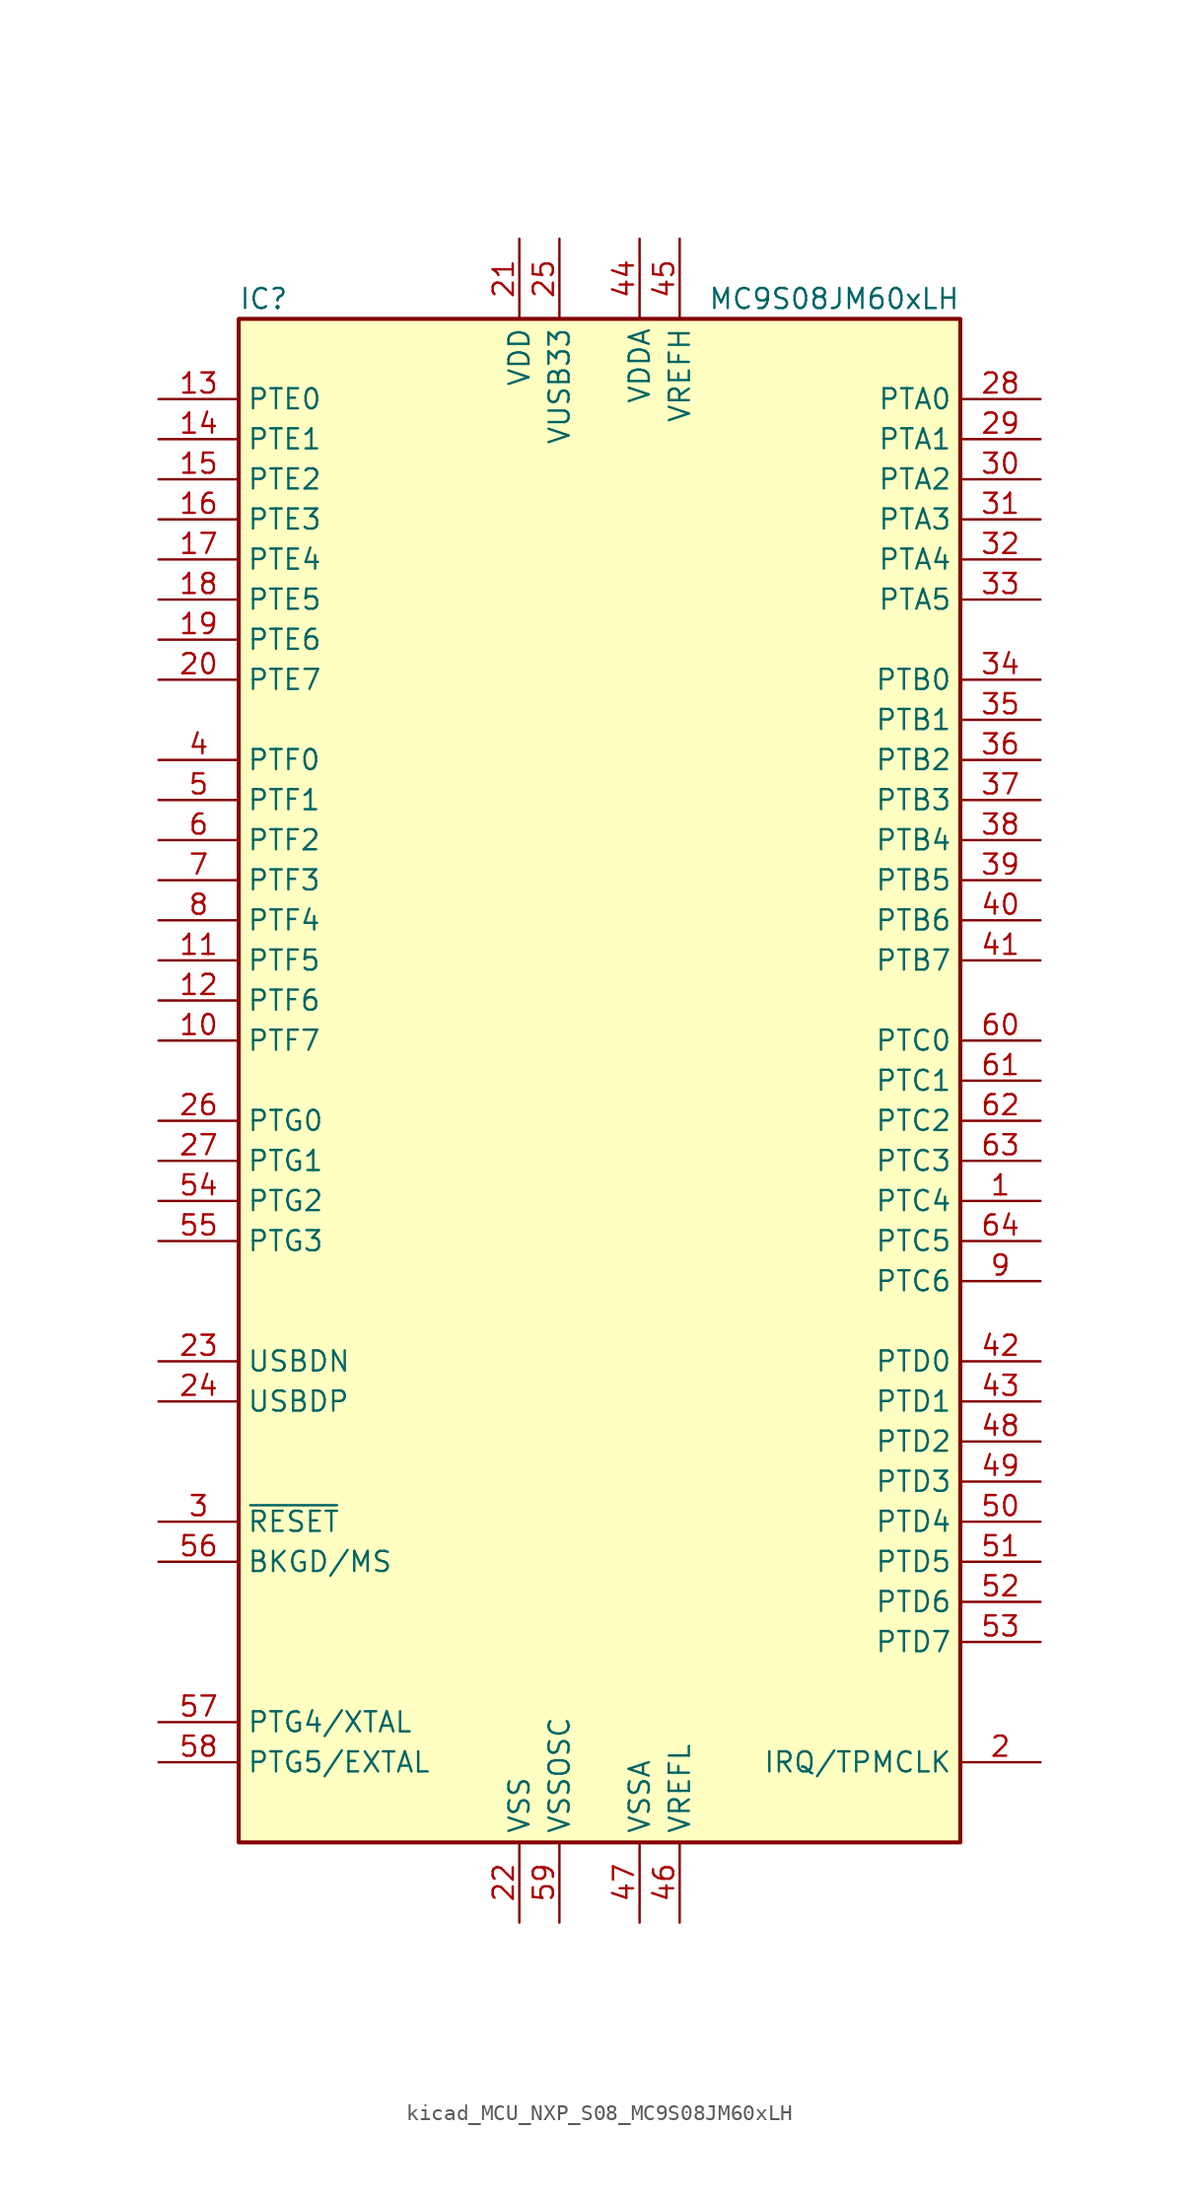
<source format=kicad_sym>
(kicad_symbol_lib
  (version 20220914)
  (generator kicad_symbol_editor)
  (symbol "kicad_MCU_NXP_S08_MC9S08JM60xLH"
    (property "Reference" "IC"
      (at -22.86 49.53 0)
      (effects (font (size 1.27 1.27)) (justify left)))
    (property "Value" "MC9S08JM60xLH"
      (at 22.86 49.53 0)
      (effects (font (size 1.27 1.27)) (justify right)))
    (symbol "kicad_MCU_NXP_S08_MC9S08JM60xLH_0_1"
      (rectangle (start -22.86 48.26) (end 22.86 -48.26) (stroke (width 0.254) (type default)) (fill (type background))))
    (symbol "kicad_MCU_NXP_S08_MC9S08JM60xLH_1_1"
      (pin bidirectional line (at 27.94 -7.62 180) (length 5.08) (name "PTC4" (effects (font (size 1.27 1.27)))) (number "1" (effects (font (size 1.27 1.27)))))
      (pin bidirectional line (at -27.94 2.54 0) (length 5.08) (name "PTF7" (effects (font (size 1.27 1.27)))) (number "10" (effects (font (size 1.27 1.27)))))
      (pin bidirectional line (at -27.94 7.62 0) (length 5.08) (name "PTF5" (effects (font (size 1.27 1.27)))) (number "11" (effects (font (size 1.27 1.27)))))
      (pin bidirectional line (at -27.94 5.08 0) (length 5.08) (name "PTF6" (effects (font (size 1.27 1.27)))) (number "12" (effects (font (size 1.27 1.27)))))
      (pin bidirectional line (at -27.94 43.18 0) (length 5.08) (name "PTE0" (effects (font (size 1.27 1.27)))) (number "13" (effects (font (size 1.27 1.27)))))
      (pin bidirectional line (at -27.94 40.64 0) (length 5.08) (name "PTE1" (effects (font (size 1.27 1.27)))) (number "14" (effects (font (size 1.27 1.27)))))
      (pin bidirectional line (at -27.94 38.1 0) (length 5.08) (name "PTE2" (effects (font (size 1.27 1.27)))) (number "15" (effects (font (size 1.27 1.27)))))
      (pin bidirectional line (at -27.94 35.56 0) (length 5.08) (name "PTE3" (effects (font (size 1.27 1.27)))) (number "16" (effects (font (size 1.27 1.27)))))
      (pin bidirectional line (at -27.94 33.02 0) (length 5.08) (name "PTE4" (effects (font (size 1.27 1.27)))) (number "17" (effects (font (size 1.27 1.27)))))
      (pin bidirectional line (at -27.94 30.48 0) (length 5.08) (name "PTE5" (effects (font (size 1.27 1.27)))) (number "18" (effects (font (size 1.27 1.27)))))
      (pin bidirectional line (at -27.94 27.94 0) (length 5.08) (name "PTE6" (effects (font (size 1.27 1.27)))) (number "19" (effects (font (size 1.27 1.27)))))
      (pin bidirectional line (at 27.94 -43.18 180) (length 5.08) (name "IRQ/TPMCLK" (effects (font (size 1.27 1.27)))) (number "2" (effects (font (size 1.27 1.27)))))
      (pin bidirectional line (at -27.94 25.4 0) (length 5.08) (name "PTE7" (effects (font (size 1.27 1.27)))) (number "20" (effects (font (size 1.27 1.27)))))
      (pin power_in line (at -5.08 53.34 270) (length 5.08) (name "VDD" (effects (font (size 1.27 1.27)))) (number "21" (effects (font (size 1.27 1.27)))))
      (pin power_in line (at -5.08 -53.34 90) (length 5.08) (name "VSS" (effects (font (size 1.27 1.27)))) (number "22" (effects (font (size 1.27 1.27)))))
      (pin bidirectional line (at -27.94 -17.78 0) (length 5.08) (name "USBDN" (effects (font (size 1.27 1.27)))) (number "23" (effects (font (size 1.27 1.27)))))
      (pin bidirectional line (at -27.94 -20.32 0) (length 5.08) (name "USBDP" (effects (font (size 1.27 1.27)))) (number "24" (effects (font (size 1.27 1.27)))))
      (pin power_out line (at -2.54 53.34 270) (length 5.08) (name "VUSB33" (effects (font (size 1.27 1.27)))) (number "25" (effects (font (size 1.27 1.27)))))
      (pin bidirectional line (at -27.94 -2.54 0) (length 5.08) (name "PTG0" (effects (font (size 1.27 1.27)))) (number "26" (effects (font (size 1.27 1.27)))))
      (pin bidirectional line (at -27.94 -5.08 0) (length 5.08) (name "PTG1" (effects (font (size 1.27 1.27)))) (number "27" (effects (font (size 1.27 1.27)))))
      (pin bidirectional line (at 27.94 43.18 180) (length 5.08) (name "PTA0" (effects (font (size 1.27 1.27)))) (number "28" (effects (font (size 1.27 1.27)))))
      (pin bidirectional line (at 27.94 40.64 180) (length 5.08) (name "PTA1" (effects (font (size 1.27 1.27)))) (number "29" (effects (font (size 1.27 1.27)))))
      (pin input line (at -27.94 -27.94 0) (length 5.08) (name "~{RESET}" (effects (font (size 1.27 1.27)))) (number "3" (effects (font (size 1.27 1.27)))))
      (pin bidirectional line (at 27.94 38.1 180) (length 5.08) (name "PTA2" (effects (font (size 1.27 1.27)))) (number "30" (effects (font (size 1.27 1.27)))))
      (pin bidirectional line (at 27.94 35.56 180) (length 5.08) (name "PTA3" (effects (font (size 1.27 1.27)))) (number "31" (effects (font (size 1.27 1.27)))))
      (pin bidirectional line (at 27.94 33.02 180) (length 5.08) (name "PTA4" (effects (font (size 1.27 1.27)))) (number "32" (effects (font (size 1.27 1.27)))))
      (pin bidirectional line (at 27.94 30.48 180) (length 5.08) (name "PTA5" (effects (font (size 1.27 1.27)))) (number "33" (effects (font (size 1.27 1.27)))))
      (pin bidirectional line (at 27.94 25.4 180) (length 5.08) (name "PTB0" (effects (font (size 1.27 1.27)))) (number "34" (effects (font (size 1.27 1.27)))))
      (pin bidirectional line (at 27.94 22.86 180) (length 5.08) (name "PTB1" (effects (font (size 1.27 1.27)))) (number "35" (effects (font (size 1.27 1.27)))))
      (pin bidirectional line (at 27.94 20.32 180) (length 5.08) (name "PTB2" (effects (font (size 1.27 1.27)))) (number "36" (effects (font (size 1.27 1.27)))))
      (pin bidirectional line (at 27.94 17.78 180) (length 5.08) (name "PTB3" (effects (font (size 1.27 1.27)))) (number "37" (effects (font (size 1.27 1.27)))))
      (pin bidirectional line (at 27.94 15.24 180) (length 5.08) (name "PTB4" (effects (font (size 1.27 1.27)))) (number "38" (effects (font (size 1.27 1.27)))))
      (pin bidirectional line (at 27.94 12.7 180) (length 5.08) (name "PTB5" (effects (font (size 1.27 1.27)))) (number "39" (effects (font (size 1.27 1.27)))))
      (pin bidirectional line (at -27.94 20.32 0) (length 5.08) (name "PTF0" (effects (font (size 1.27 1.27)))) (number "4" (effects (font (size 1.27 1.27)))))
      (pin bidirectional line (at 27.94 10.16 180) (length 5.08) (name "PTB6" (effects (font (size 1.27 1.27)))) (number "40" (effects (font (size 1.27 1.27)))))
      (pin bidirectional line (at 27.94 7.62 180) (length 5.08) (name "PTB7" (effects (font (size 1.27 1.27)))) (number "41" (effects (font (size 1.27 1.27)))))
      (pin bidirectional line (at 27.94 -17.78 180) (length 5.08) (name "PTD0" (effects (font (size 1.27 1.27)))) (number "42" (effects (font (size 1.27 1.27)))))
      (pin bidirectional line (at 27.94 -20.32 180) (length 5.08) (name "PTD1" (effects (font (size 1.27 1.27)))) (number "43" (effects (font (size 1.27 1.27)))))
      (pin power_in line (at 2.54 53.34 270) (length 5.08) (name "VDDA" (effects (font (size 1.27 1.27)))) (number "44" (effects (font (size 1.27 1.27)))))
      (pin power_in line (at 5.08 53.34 270) (length 5.08) (name "VREFH" (effects (font (size 1.27 1.27)))) (number "45" (effects (font (size 1.27 1.27)))))
      (pin power_in line (at 5.08 -53.34 90) (length 5.08) (name "VREFL" (effects (font (size 1.27 1.27)))) (number "46" (effects (font (size 1.27 1.27)))))
      (pin power_in line (at 2.54 -53.34 90) (length 5.08) (name "VSSA" (effects (font (size 1.27 1.27)))) (number "47" (effects (font (size 1.27 1.27)))))
      (pin bidirectional line (at 27.94 -22.86 180) (length 5.08) (name "PTD2" (effects (font (size 1.27 1.27)))) (number "48" (effects (font (size 1.27 1.27)))))
      (pin bidirectional line (at 27.94 -25.4 180) (length 5.08) (name "PTD3" (effects (font (size 1.27 1.27)))) (number "49" (effects (font (size 1.27 1.27)))))
      (pin bidirectional line (at -27.94 17.78 0) (length 5.08) (name "PTF1" (effects (font (size 1.27 1.27)))) (number "5" (effects (font (size 1.27 1.27)))))
      (pin bidirectional line (at 27.94 -27.94 180) (length 5.08) (name "PTD4" (effects (font (size 1.27 1.27)))) (number "50" (effects (font (size 1.27 1.27)))))
      (pin bidirectional line (at 27.94 -30.48 180) (length 5.08) (name "PTD5" (effects (font (size 1.27 1.27)))) (number "51" (effects (font (size 1.27 1.27)))))
      (pin bidirectional line (at 27.94 -33.02 180) (length 5.08) (name "PTD6" (effects (font (size 1.27 1.27)))) (number "52" (effects (font (size 1.27 1.27)))))
      (pin bidirectional line (at 27.94 -35.56 180) (length 5.08) (name "PTD7" (effects (font (size 1.27 1.27)))) (number "53" (effects (font (size 1.27 1.27)))))
      (pin bidirectional line (at -27.94 -7.62 0) (length 5.08) (name "PTG2" (effects (font (size 1.27 1.27)))) (number "54" (effects (font (size 1.27 1.27)))))
      (pin bidirectional line (at -27.94 -10.16 0) (length 5.08) (name "PTG3" (effects (font (size 1.27 1.27)))) (number "55" (effects (font (size 1.27 1.27)))))
      (pin bidirectional line (at -27.94 -30.48 0) (length 5.08) (name "BKGD/MS" (effects (font (size 1.27 1.27)))) (number "56" (effects (font (size 1.27 1.27)))))
      (pin bidirectional line (at -27.94 -40.64 0) (length 5.08) (name "PTG4/XTAL" (effects (font (size 1.27 1.27)))) (number "57" (effects (font (size 1.27 1.27)))))
      (pin bidirectional line (at -27.94 -43.18 0) (length 5.08) (name "PTG5/EXTAL" (effects (font (size 1.27 1.27)))) (number "58" (effects (font (size 1.27 1.27)))))
      (pin power_in line (at -2.54 -53.34 90) (length 5.08) (name "VSSOSC" (effects (font (size 1.27 1.27)))) (number "59" (effects (font (size 1.27 1.27)))))
      (pin bidirectional line (at -27.94 15.24 0) (length 5.08) (name "PTF2" (effects (font (size 1.27 1.27)))) (number "6" (effects (font (size 1.27 1.27)))))
      (pin bidirectional line (at 27.94 2.54 180) (length 5.08) (name "PTC0" (effects (font (size 1.27 1.27)))) (number "60" (effects (font (size 1.27 1.27)))))
      (pin bidirectional line (at 27.94 0 180) (length 5.08) (name "PTC1" (effects (font (size 1.27 1.27)))) (number "61" (effects (font (size 1.27 1.27)))))
      (pin bidirectional line (at 27.94 -2.54 180) (length 5.08) (name "PTC2" (effects (font (size 1.27 1.27)))) (number "62" (effects (font (size 1.27 1.27)))))
      (pin bidirectional line (at 27.94 -5.08 180) (length 5.08) (name "PTC3" (effects (font (size 1.27 1.27)))) (number "63" (effects (font (size 1.27 1.27)))))
      (pin bidirectional line (at 27.94 -10.16 180) (length 5.08) (name "PTC5" (effects (font (size 1.27 1.27)))) (number "64" (effects (font (size 1.27 1.27)))))
      (pin bidirectional line (at -27.94 12.7 0) (length 5.08) (name "PTF3" (effects (font (size 1.27 1.27)))) (number "7" (effects (font (size 1.27 1.27)))))
      (pin bidirectional line (at -27.94 10.16 0) (length 5.08) (name "PTF4" (effects (font (size 1.27 1.27)))) (number "8" (effects (font (size 1.27 1.27)))))
      (pin bidirectional line (at 27.94 -12.7 180) (length 5.08) (name "PTC6" (effects (font (size 1.27 1.27)))) (number "9" (effects (font (size 1.27 1.27))))))))
</source>
